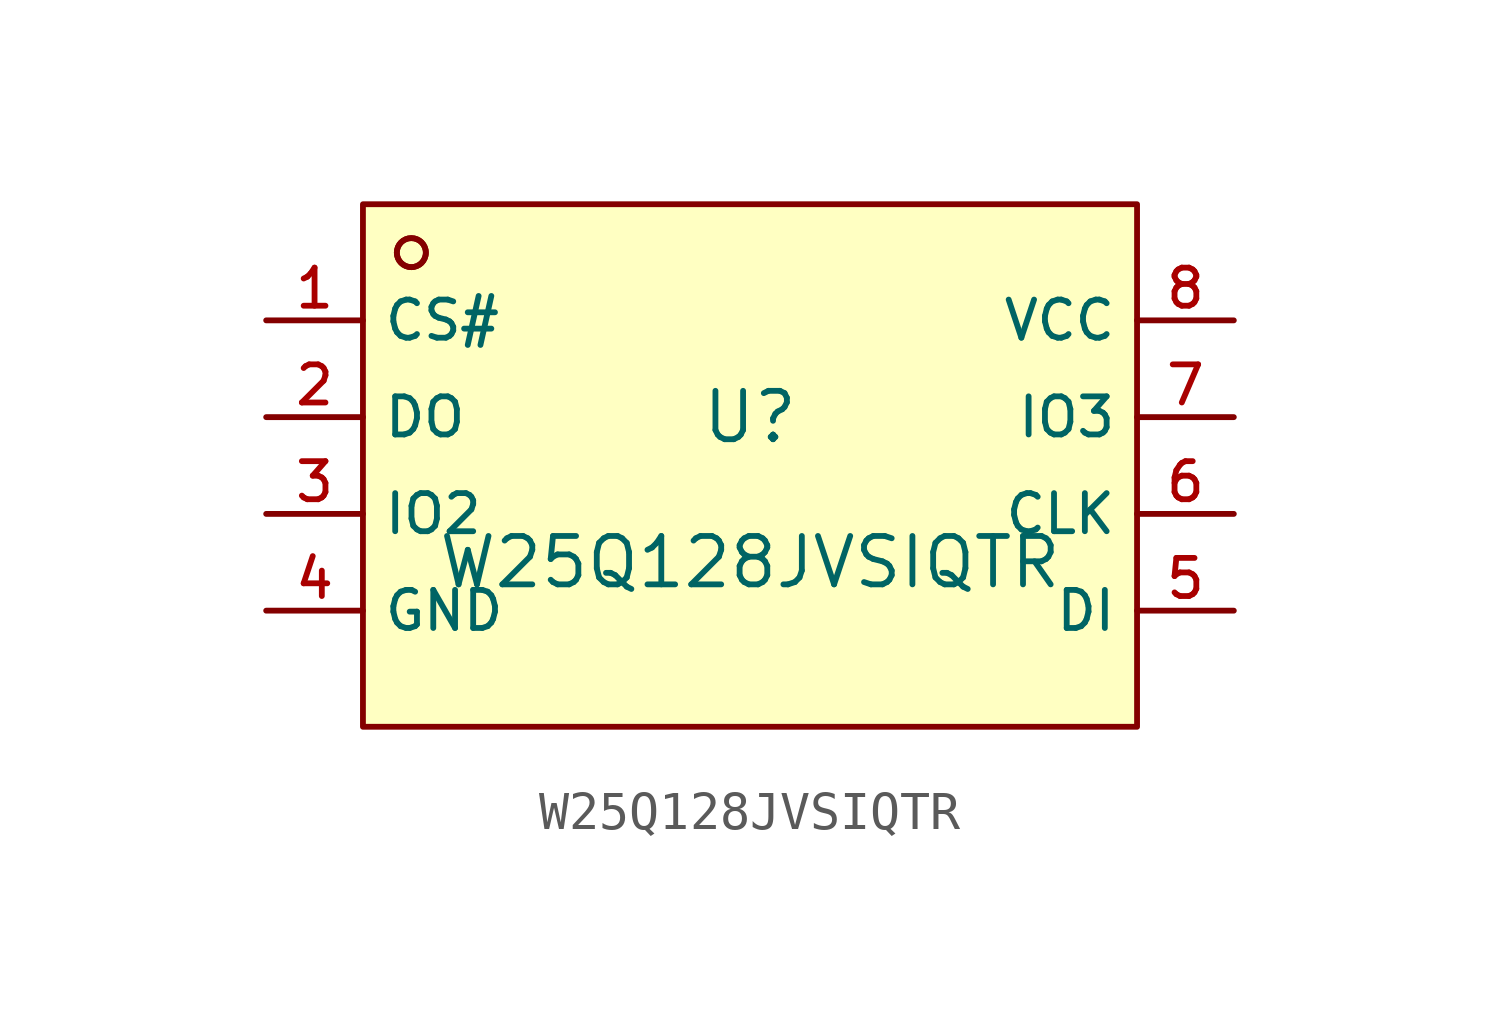
<source format=kicad_sym>
(kicad_symbol_lib
  (version 20220914)
  (generator kicad_symbol_editor)
  (symbol "W25Q128JVSIQTR"
    (property "Reference" "U"
      (at 0 1.27 0)
      (effects (font (size 1.27 1.27))))
    (property "Value" "W25Q128JVSIQTR"
      (at 0 -2.54 0)
      (effects (font (size 1.27 1.27))))
    (symbol "W25Q128JVSIQTR_0_1"
      (rectangle (start -10.16 6.858) (end 10.16 -6.858) (stroke (width 0) (type default)) (fill (type background)))
      (circle (center -8.89 5.588) (radius 0.381) (stroke (width 0) (type default)) (fill (type background)))
      (circle (center -8.89 5.588) (radius 0.381) (stroke (width 0) (type default)) (fill (type background)))
      (pin input line (at -12.7 3.81 0) (length 2.54) (name "CS#" (effects (font (size 1 1)))) (number "1" (effects (font (size 1 1)))))
      (pin bidirectional line (at -12.7 1.27 0) (length 2.54) (name "DO" (effects (font (size 1 1)))) (number "2" (effects (font (size 1 1)))))
      (pin bidirectional line (at -12.7 -1.27 0) (length 2.54) (name "IO2" (effects (font (size 1 1)))) (number "3" (effects (font (size 1 1)))))
      (pin power_in line (at -12.7 -3.81 0) (length 2.54) (name "GND" (effects (font (size 1 1)))) (number "4" (effects (font (size 1 1)))))
      (pin bidirectional line (at 12.7 -3.81 180) (length 2.54) (name "DI" (effects (font (size 1 1)))) (number "5" (effects (font (size 1 1)))))
      (pin input line (at 12.7 -1.27 180) (length 2.54) (name "CLK" (effects (font (size 1 1)))) (number "6" (effects (font (size 1 1)))))
      (pin bidirectional line (at 12.7 1.27 180) (length 2.54) (name "IO3" (effects (font (size 1 1)))) (number "7" (effects (font (size 1 1)))))
      (pin power_in line (at 12.7 3.81 180) (length 2.54) (name "VCC" (effects (font (size 1 1)))) (number "8" (effects (font (size 1 1))))))))
</source>
